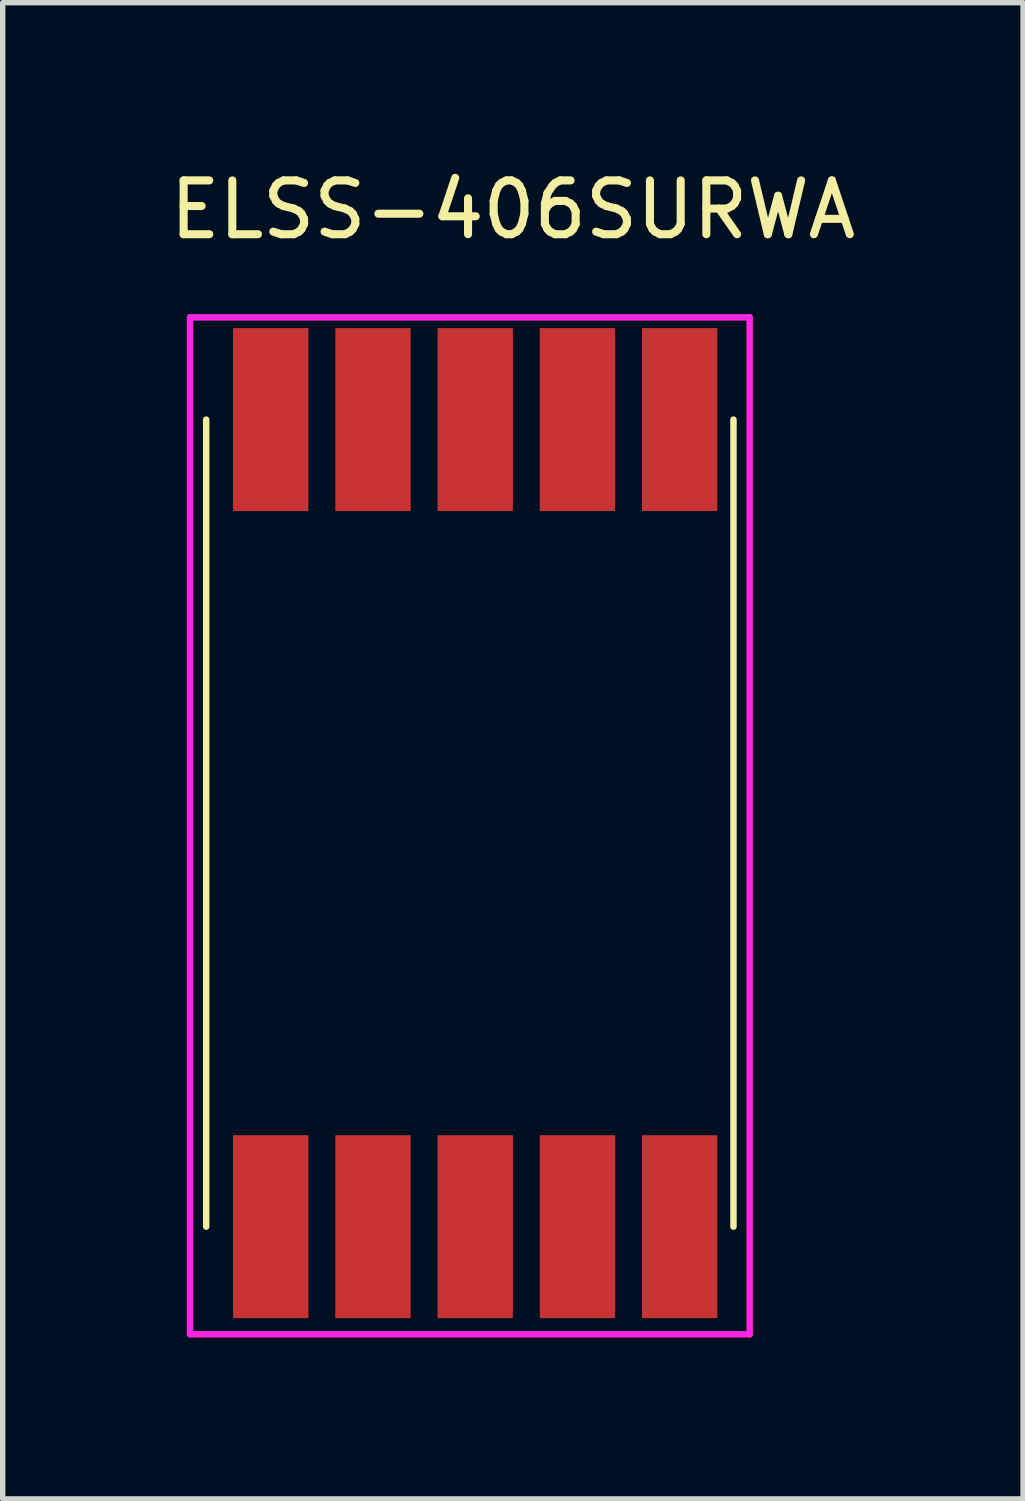
<source format=kicad_pcb>
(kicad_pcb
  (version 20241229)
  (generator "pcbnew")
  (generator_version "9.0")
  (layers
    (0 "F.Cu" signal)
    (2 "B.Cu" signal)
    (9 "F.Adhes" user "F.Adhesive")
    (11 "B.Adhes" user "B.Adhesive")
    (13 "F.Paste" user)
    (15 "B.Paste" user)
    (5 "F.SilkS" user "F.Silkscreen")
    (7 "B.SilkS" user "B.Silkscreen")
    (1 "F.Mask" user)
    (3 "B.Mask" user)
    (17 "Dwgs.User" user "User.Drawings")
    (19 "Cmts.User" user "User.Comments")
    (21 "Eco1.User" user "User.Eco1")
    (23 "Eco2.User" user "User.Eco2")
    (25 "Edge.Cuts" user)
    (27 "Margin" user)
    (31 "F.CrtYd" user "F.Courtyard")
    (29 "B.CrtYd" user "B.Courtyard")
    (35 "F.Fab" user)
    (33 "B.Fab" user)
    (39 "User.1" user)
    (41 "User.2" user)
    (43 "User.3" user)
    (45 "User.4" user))
  (footprint "ELSS-406SURWA"
    (layer "F.Cu")
    (at 5.682 2.648)
    (property "Reference" "ELSS-406SURWA" (at 0.8 -1.8 0) (layer "F.SilkS") (effects (font (size 1 1) (thickness 0.15))))
    (attr through_hole)
    (fp_line (start -4.9 2.1) (end -4.9 17.1) (stroke (width 0.12) (type solid)) (layer "F.SilkS"))
    (fp_line (start 4.9 2.1) (end 4.9 17.1) (stroke (width 0.12) (type solid)) (layer "F.SilkS"))
    (fp_line (start -5.2 0.2) (end 5.2 0.2) (stroke (width 0.12) (type solid)) (layer "F.CrtYd"))
    (fp_line (start -5.2 19.1) (end -5.2 0.2) (stroke (width 0.12) (type solid)) (layer "F.CrtYd"))
    (fp_line (start 5.2 0.2) (end 5.2 19.1) (stroke (width 0.12) (type solid)) (layer "F.CrtYd"))
    (fp_line (start 5.2 19.1) (end -5.2 19.1) (stroke (width 0.12) (type solid)) (layer "F.CrtYd"))
    (pad "1" smd rect (at -3.7 17.1) (size 1.4 3.4) (layers "F.Cu" "F.Mask" "F.Paste"))
    (pad "2" smd rect (at -1.8 17.1) (size 1.4 3.4) (layers "F.Cu" "F.Mask" "F.Paste"))
    (pad "3" smd rect (at 0.1 17.1) (size 1.4 3.4) (layers "F.Cu" "F.Mask" "F.Paste"))
    (pad "4" smd rect (at 2 17.1) (size 1.4 3.4) (layers "F.Cu" "F.Mask" "F.Paste"))
    (pad "5" smd rect (at 3.9 17.1) (size 1.4 3.4) (layers "F.Cu" "F.Mask" "F.Paste"))
    (pad "6" smd rect (at 3.9 2.1) (size 1.4 3.4) (layers "F.Cu" "F.Mask" "F.Paste"))
    (pad "7" smd rect (at 2 2.1) (size 1.4 3.4) (layers "F.Cu" "F.Mask" "F.Paste"))
    (pad "8" smd rect (at 0.1 2.1) (size 1.4 3.4) (layers "F.Cu" "F.Mask" "F.Paste"))
    (pad "9" smd rect (at -1.8 2.1) (size 1.4 3.4) (layers "F.Cu" "F.Mask" "F.Paste"))
    (pad "10" smd rect (at -3.7 2.1) (size 1.4 3.4) (layers "F.Cu" "F.Mask" "F.Paste")))
  (gr_rect
    (start -3 -3)
    (end 15.964 24.808)
    (stroke (width 0.1) (type default))
    (fill no)
    (layer "Edge.Cuts")))
</source>
